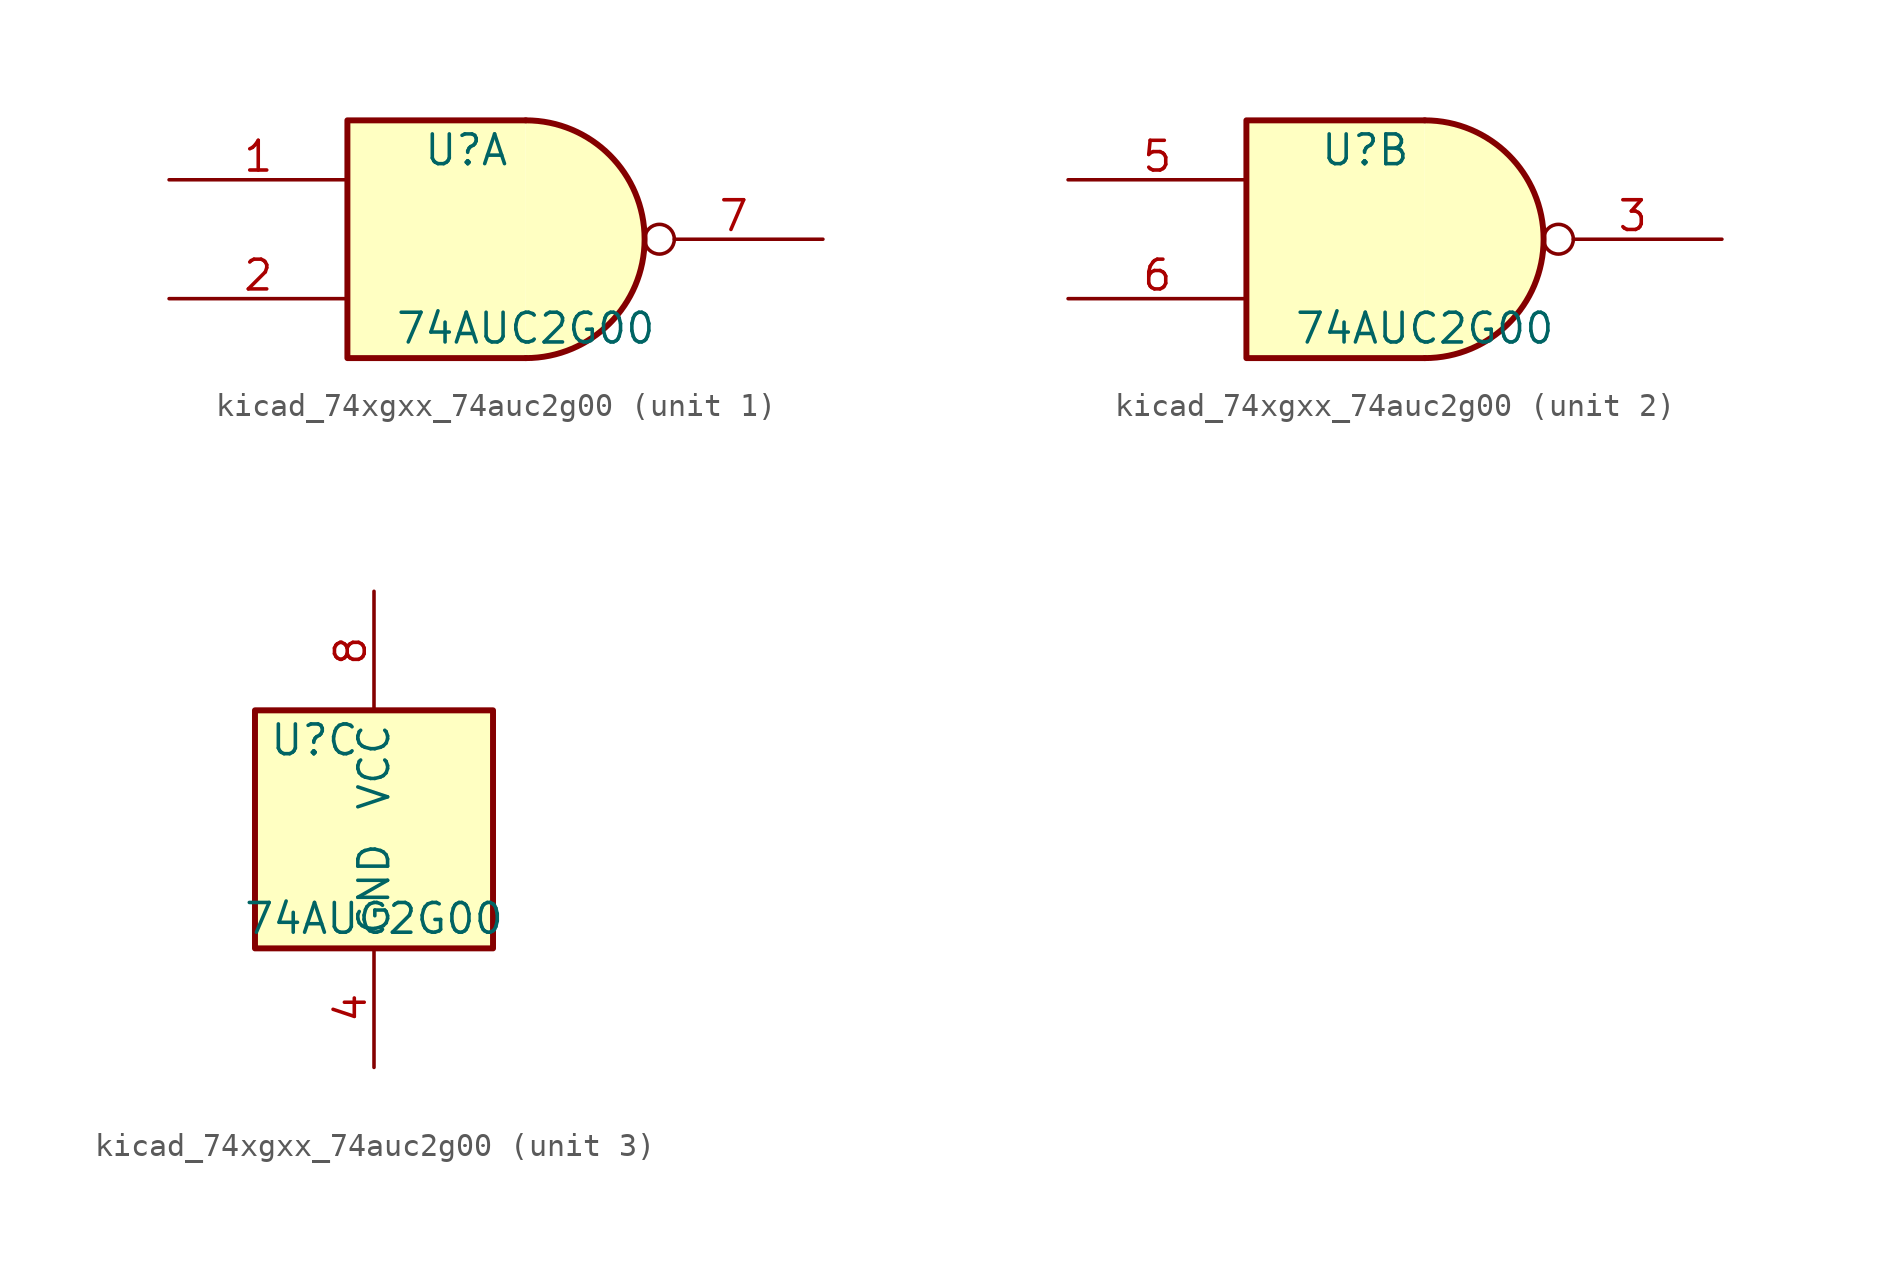
<source format=kicad_sym>
(kicad_symbol_lib
  (version 20220914)
  (generator kicad_symbol_editor)
  (symbol "kicad_74xgxx_74auc2g00"
    (property "Reference" "U"
      (at -2.54 3.81 0)
      (effects (font (size 1.27 1.27))))
    (property "Value" "74AUC2G00"
      (at 0 -3.81 0)
      (effects (font (size 1.27 1.27))))
    (symbol "kicad_74xgxx_74auc2g00_1_1"
      (arc (start 0 -5.08) (mid 5.0579 0) (end 0 5.08) (stroke (width 0.254) (type default)) (fill (type background)))
      (polyline (pts (xy 0 -5.08) (xy -7.62 -5.08) (xy -7.62 5.08) (xy 0 5.08)) (stroke (width 0.254) (type default)) (fill (type background)))
      (pin input line (at -15.24 2.54 0) (length 7.62) (name "~" (effects (font (size 1.27 1.27)))) (number "1" (effects (font (size 1.27 1.27)))))
      (pin input line (at -15.24 -2.54 0) (length 7.62) (name "~" (effects (font (size 1.27 1.27)))) (number "2" (effects (font (size 1.27 1.27)))))
      (pin output inverted (at 12.7 0 180) (length 7.62) (name "~" (effects (font (size 1.27 1.27)))) (number "7" (effects (font (size 1.27 1.27))))))
    (symbol "kicad_74xgxx_74auc2g00_2_1"
      (arc (start 0 -5.08) (mid 5.0579 0) (end 0 5.08) (stroke (width 0.254) (type default)) (fill (type background)))
      (polyline (pts (xy 0 -5.08) (xy -7.62 -5.08) (xy -7.62 5.08) (xy 0 5.08)) (stroke (width 0.254) (type default)) (fill (type background)))
      (pin output inverted (at 12.7 0 180) (length 7.62) (name "~" (effects (font (size 1.27 1.27)))) (number "3" (effects (font (size 1.27 1.27)))))
      (pin input line (at -15.24 2.54 0) (length 7.62) (name "~" (effects (font (size 1.27 1.27)))) (number "5" (effects (font (size 1.27 1.27)))))
      (pin input line (at -15.24 -2.54 0) (length 7.62) (name "~" (effects (font (size 1.27 1.27)))) (number "6" (effects (font (size 1.27 1.27))))))
    (symbol "kicad_74xgxx_74auc2g00_3_0"
      (rectangle (start -5.08 -5.08) (end 5.08 5.08) (stroke (width 0.254) (type default)) (fill (type background))))
    (symbol "kicad_74xgxx_74auc2g00_3_1"
      (pin power_in line (at 0 -10.16 90) (length 5.08) (name "GND" (effects (font (size 1.27 1.27)))) (number "4" (effects (font (size 1.27 1.27)))))
      (pin power_in line (at 0 10.16 270) (length 5.08) (name "VCC" (effects (font (size 1.27 1.27)))) (number "8" (effects (font (size 1.27 1.27))))))))
</source>
